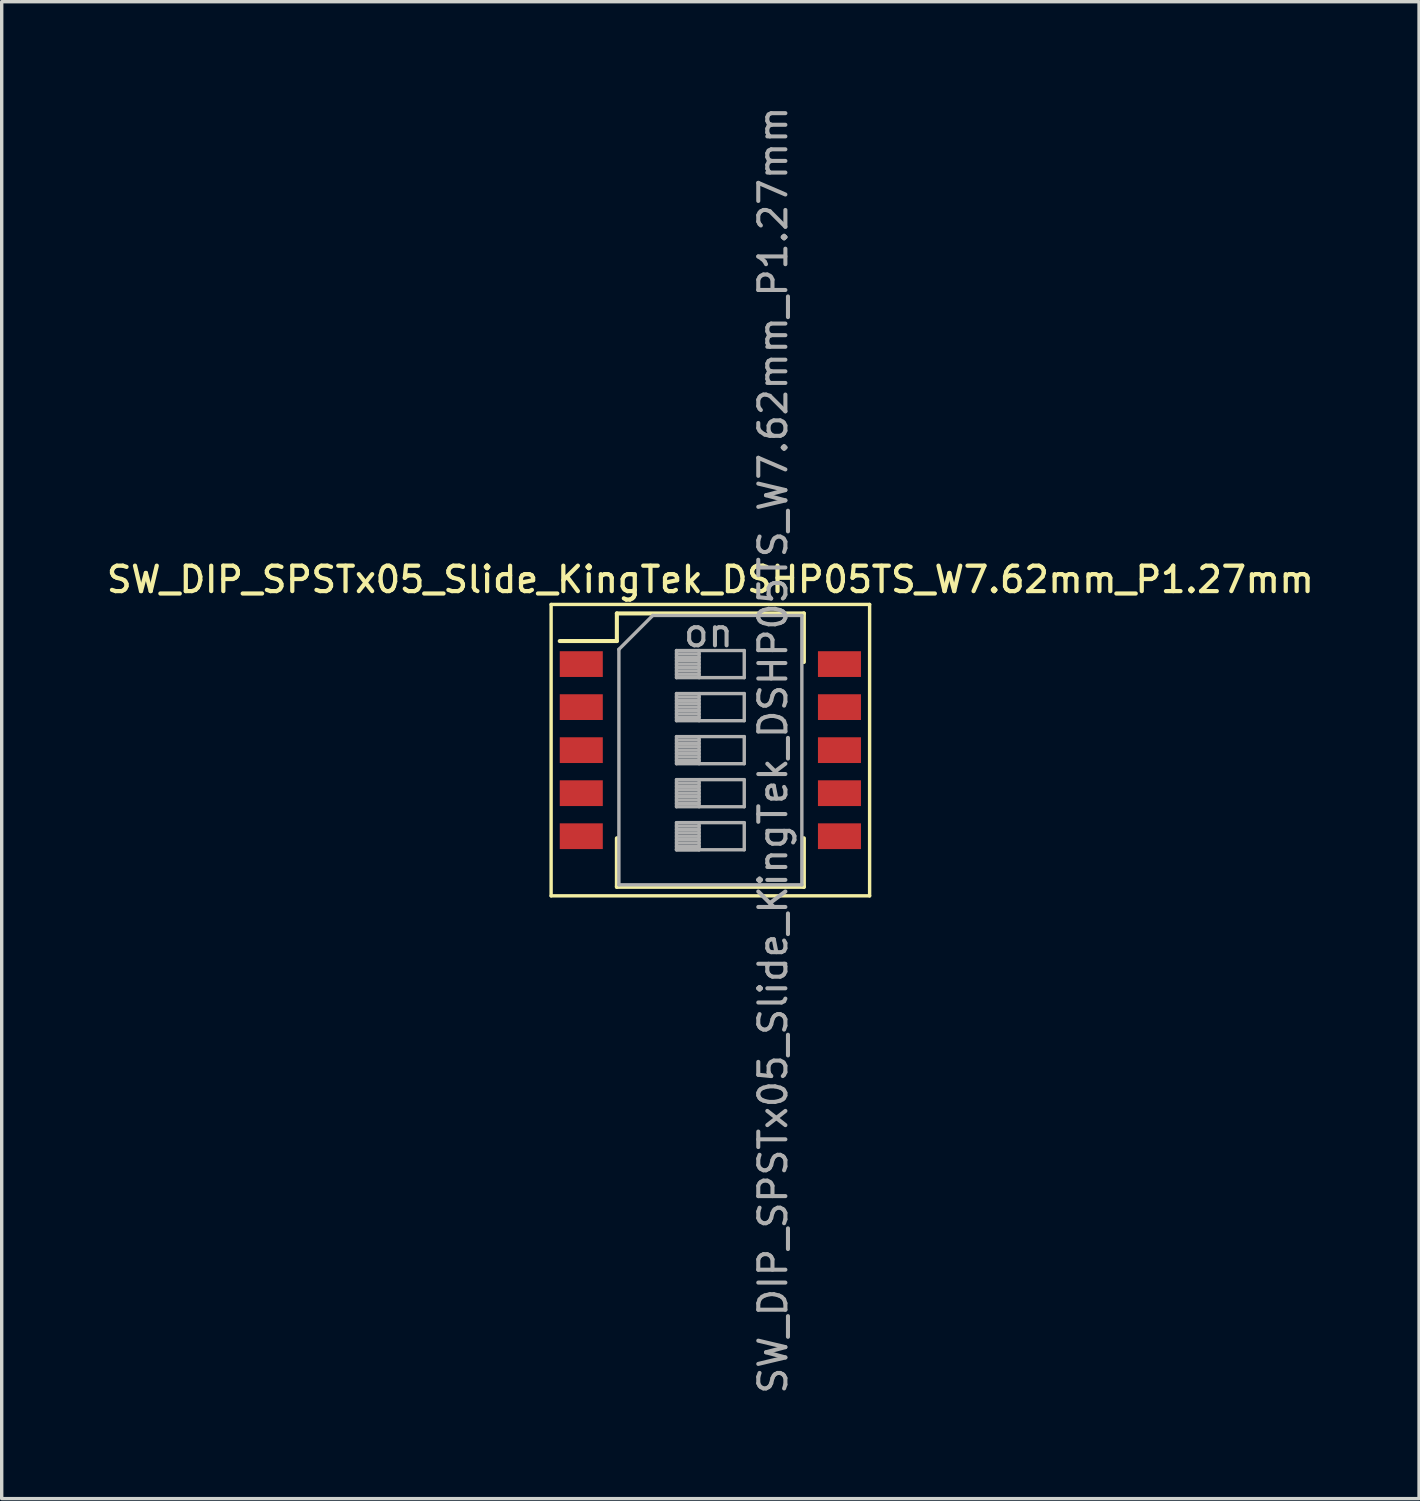
<source format=kicad_pcb>
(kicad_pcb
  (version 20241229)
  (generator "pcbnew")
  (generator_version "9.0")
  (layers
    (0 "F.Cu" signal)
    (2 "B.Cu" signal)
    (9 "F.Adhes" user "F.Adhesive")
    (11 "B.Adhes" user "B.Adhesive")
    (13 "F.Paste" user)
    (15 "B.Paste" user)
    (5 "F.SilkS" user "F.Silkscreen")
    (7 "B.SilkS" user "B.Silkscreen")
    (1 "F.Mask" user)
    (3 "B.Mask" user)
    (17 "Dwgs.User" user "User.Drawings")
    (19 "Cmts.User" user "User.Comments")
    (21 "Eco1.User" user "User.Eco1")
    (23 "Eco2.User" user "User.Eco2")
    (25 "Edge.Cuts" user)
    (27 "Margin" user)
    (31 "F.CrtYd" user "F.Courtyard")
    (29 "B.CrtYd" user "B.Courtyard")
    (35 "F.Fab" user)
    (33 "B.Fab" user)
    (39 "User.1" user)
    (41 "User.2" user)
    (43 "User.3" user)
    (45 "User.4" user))
  (footprint "SW_DIP_SPSTx05_Slide_KingTek_DSHP05TS_W7.62mm_P1.27mm"
    (layer "F.Cu")
    (at 17.916 19.09)
    (property "Reference" "SW_DIP_SPSTx05_Slide_KingTek_DSHP05TS_W7.62mm_P1.27mm" (at 0 -5.035 0) (layer "F.SilkS") (effects (font (size 0.75 0.75) (thickness 0.125))))
    (attr smd)
    (fp_line (start -4.7 -4.3) (end -4.7 4.3) (stroke (width 0.1) (type solid)) (layer "F.SilkS"))
    (fp_line (start -4.7 4.3) (end 4.7 4.3) (stroke (width 0.1) (type solid)) (layer "F.SilkS"))
    (fp_line (start -4.446 -3.22) (end -2.76 -3.22) (stroke (width 0.12) (type solid)) (layer "F.SilkS"))
    (fp_line (start -2.76 -4.036) (end -2.76 -3.22) (stroke (width 0.12) (type solid)) (layer "F.SilkS"))
    (fp_line (start -2.76 -4.036) (end 2.76 -4.036) (stroke (width 0.12) (type solid)) (layer "F.SilkS"))
    (fp_line (start -2.76 2.6) (end -2.76 4.035) (stroke (width 0.12) (type solid)) (layer "F.SilkS"))
    (fp_line (start -2.76 4.035) (end 2.76 4.035) (stroke (width 0.12) (type solid)) (layer "F.SilkS"))
    (fp_line (start 2.76 -4.036) (end 2.76 -2.601) (stroke (width 0.12) (type solid)) (layer "F.SilkS"))
    (fp_line (start 2.76 2.6) (end 2.76 4.035) (stroke (width 0.12) (type solid)) (layer "F.SilkS"))
    (fp_line (start 4.7 -4.3) (end -4.7 -4.3) (stroke (width 0.1) (type solid)) (layer "F.SilkS"))
    (fp_line (start 4.7 4.3) (end 4.7 -4.3) (stroke (width 0.1) (type solid)) (layer "F.SilkS"))
    (fp_line (start -2.7 -2.975) (end -1.7 -3.975) (stroke (width 0.1) (type solid)) (layer "F.Fab"))
    (fp_line (start -2.7 3.975) (end -2.7 -2.975) (stroke (width 0.1) (type solid)) (layer "F.Fab"))
    (fp_line (start -1.7 -3.975) (end 2.7 -3.975) (stroke (width 0.1) (type solid)) (layer "F.Fab"))
    (fp_line (start -1 -2.94) (end -1 -2.14) (stroke (width 0.1) (type solid)) (layer "F.Fab"))
    (fp_line (start -1 -2.84) (end -0.333 -2.84) (stroke (width 0.1) (type solid)) (layer "F.Fab"))
    (fp_line (start -1 -2.74) (end -0.333 -2.74) (stroke (width 0.1) (type solid)) (layer "F.Fab"))
    (fp_line (start -1 -2.64) (end -0.333 -2.64) (stroke (width 0.1) (type solid)) (layer "F.Fab"))
    (fp_line (start -1 -2.54) (end -0.333 -2.54) (stroke (width 0.1) (type solid)) (layer "F.Fab"))
    (fp_line (start -1 -2.44) (end -0.333 -2.44) (stroke (width 0.1) (type solid)) (layer "F.Fab"))
    (fp_line (start -1 -2.34) (end -0.333 -2.34) (stroke (width 0.1) (type solid)) (layer "F.Fab"))
    (fp_line (start -1 -2.24) (end -0.333 -2.24) (stroke (width 0.1) (type solid)) (layer "F.Fab"))
    (fp_line (start -1 -2.14) (end 1 -2.14) (stroke (width 0.1) (type solid)) (layer "F.Fab"))
    (fp_line (start -1 -1.67) (end -1 -0.87) (stroke (width 0.1) (type solid)) (layer "F.Fab"))
    (fp_line (start -1 -1.57) (end -0.333 -1.57) (stroke (width 0.1) (type solid)) (layer "F.Fab"))
    (fp_line (start -1 -1.47) (end -0.333 -1.47) (stroke (width 0.1) (type solid)) (layer "F.Fab"))
    (fp_line (start -1 -1.37) (end -0.333 -1.37) (stroke (width 0.1) (type solid)) (layer "F.Fab"))
    (fp_line (start -1 -1.27) (end -0.333 -1.27) (stroke (width 0.1) (type solid)) (layer "F.Fab"))
    (fp_line (start -1 -1.17) (end -0.333 -1.17) (stroke (width 0.1) (type solid)) (layer "F.Fab"))
    (fp_line (start -1 -1.07) (end -0.333 -1.07) (stroke (width 0.1) (type solid)) (layer "F.Fab"))
    (fp_line (start -1 -0.97) (end -0.333 -0.97) (stroke (width 0.1) (type solid)) (layer "F.Fab"))
    (fp_line (start -1 -0.87) (end 1 -0.87) (stroke (width 0.1) (type solid)) (layer "F.Fab"))
    (fp_line (start -1 -0.4) (end -1 0.4) (stroke (width 0.1) (type solid)) (layer "F.Fab"))
    (fp_line (start -1 -0.3) (end -0.333 -0.3) (stroke (width 0.1) (type solid)) (layer "F.Fab"))
    (fp_line (start -1 -0.2) (end -0.333 -0.2) (stroke (width 0.1) (type solid)) (layer "F.Fab"))
    (fp_line (start -1 -0.1) (end -0.333 -0.1) (stroke (width 0.1) (type solid)) (layer "F.Fab"))
    (fp_line (start -1 0) (end -0.333 0) (stroke (width 0.1) (type solid)) (layer "F.Fab"))
    (fp_line (start -1 0.1) (end -0.333 0.1) (stroke (width 0.1) (type solid)) (layer "F.Fab"))
    (fp_line (start -1 0.2) (end -0.333 0.2) (stroke (width 0.1) (type solid)) (layer "F.Fab"))
    (fp_line (start -1 0.3) (end -0.333 0.3) (stroke (width 0.1) (type solid)) (layer "F.Fab"))
    (fp_line (start -1 0.4) (end 1 0.4) (stroke (width 0.1) (type solid)) (layer "F.Fab"))
    (fp_line (start -1 0.87) (end -1 1.67) (stroke (width 0.1) (type solid)) (layer "F.Fab"))
    (fp_line (start -1 0.97) (end -0.333 0.97) (stroke (width 0.1) (type solid)) (layer "F.Fab"))
    (fp_line (start -1 1.07) (end -0.333 1.07) (stroke (width 0.1) (type solid)) (layer "F.Fab"))
    (fp_line (start -1 1.17) (end -0.333 1.17) (stroke (width 0.1) (type solid)) (layer "F.Fab"))
    (fp_line (start -1 1.27) (end -0.333 1.27) (stroke (width 0.1) (type solid)) (layer "F.Fab"))
    (fp_line (start -1 1.37) (end -0.333 1.37) (stroke (width 0.1) (type solid)) (layer "F.Fab"))
    (fp_line (start -1 1.47) (end -0.333 1.47) (stroke (width 0.1) (type solid)) (layer "F.Fab"))
    (fp_line (start -1 1.57) (end -0.333 1.57) (stroke (width 0.1) (type solid)) (layer "F.Fab"))
    (fp_line (start -1 1.67) (end 1 1.67) (stroke (width 0.1) (type solid)) (layer "F.Fab"))
    (fp_line (start -1 2.14) (end -1 2.94) (stroke (width 0.1) (type solid)) (layer "F.Fab"))
    (fp_line (start -1 2.24) (end -0.333 2.24) (stroke (width 0.1) (type solid)) (layer "F.Fab"))
    (fp_line (start -1 2.34) (end -0.333 2.34) (stroke (width 0.1) (type solid)) (layer "F.Fab"))
    (fp_line (start -1 2.44) (end -0.333 2.44) (stroke (width 0.1) (type solid)) (layer "F.Fab"))
    (fp_line (start -1 2.54) (end -0.333 2.54) (stroke (width 0.1) (type solid)) (layer "F.Fab"))
    (fp_line (start -1 2.64) (end -0.333 2.64) (stroke (width 0.1) (type solid)) (layer "F.Fab"))
    (fp_line (start -1 2.74) (end -0.333 2.74) (stroke (width 0.1) (type solid)) (layer "F.Fab"))
    (fp_line (start -1 2.84) (end -0.333 2.84) (stroke (width 0.1) (type solid)) (layer "F.Fab"))
    (fp_line (start -1 2.94) (end -0.333 2.94) (stroke (width 0.1) (type solid)) (layer "F.Fab"))
    (fp_line (start -1 2.94) (end 1 2.94) (stroke (width 0.1) (type solid)) (layer "F.Fab"))
    (fp_line (start -0.333 -2.94) (end -0.333 -2.14) (stroke (width 0.1) (type solid)) (layer "F.Fab"))
    (fp_line (start -0.333 -1.67) (end -0.333 -0.87) (stroke (width 0.1) (type solid)) (layer "F.Fab"))
    (fp_line (start -0.333 -0.4) (end -0.333 0.4) (stroke (width 0.1) (type solid)) (layer "F.Fab"))
    (fp_line (start -0.333 0.87) (end -0.333 1.67) (stroke (width 0.1) (type solid)) (layer "F.Fab"))
    (fp_line (start -0.333 2.14) (end -0.333 2.94) (stroke (width 0.1) (type solid)) (layer "F.Fab"))
    (fp_line (start 1 -2.94) (end -1 -2.94) (stroke (width 0.1) (type solid)) (layer "F.Fab"))
    (fp_line (start 1 -2.14) (end 1 -2.94) (stroke (width 0.1) (type solid)) (layer "F.Fab"))
    (fp_line (start 1 -1.67) (end -1 -1.67) (stroke (width 0.1) (type solid)) (layer "F.Fab"))
    (fp_line (start 1 -0.87) (end 1 -1.67) (stroke (width 0.1) (type solid)) (layer "F.Fab"))
    (fp_line (start 1 -0.4) (end -1 -0.4) (stroke (width 0.1) (type solid)) (layer "F.Fab"))
    (fp_line (start 1 0.4) (end 1 -0.4) (stroke (width 0.1) (type solid)) (layer "F.Fab"))
    (fp_line (start 1 0.87) (end -1 0.87) (stroke (width 0.1) (type solid)) (layer "F.Fab"))
    (fp_line (start 1 1.67) (end 1 0.87) (stroke (width 0.1) (type solid)) (layer "F.Fab"))
    (fp_line (start 1 2.14) (end -1 2.14) (stroke (width 0.1) (type solid)) (layer "F.Fab"))
    (fp_line (start 1 2.94) (end 1 2.14) (stroke (width 0.1) (type solid)) (layer "F.Fab"))
    (fp_line (start 2.7 -3.975) (end 2.7 3.975) (stroke (width 0.1) (type solid)) (layer "F.Fab"))
    (fp_line (start 2.7 3.975) (end -2.7 3.975) (stroke (width 0.1) (type solid)) (layer "F.Fab"))
    (fp_text user "${REFERENCE}" (at 1.85 0 90) (layer "F.Fab") (effects (font (size 0.8 0.8) (thickness 0.12))))
    (fp_text user "on" (at -0.055 -3.458 0) (layer "F.Fab") (effects (font (size 0.8 0.8) (thickness 0.12))))
    (pad "1" smd rect (at -3.81 -2.54) (size 1.27 0.76) (layers "F.Cu" "F.Mask" "F.Paste"))
    (pad "2" smd rect (at -3.81 -1.27) (size 1.27 0.76) (layers "F.Cu" "F.Mask" "F.Paste"))
    (pad "3" smd rect (at -3.81 0) (size 1.27 0.76) (layers "F.Cu" "F.Mask" "F.Paste"))
    (pad "4" smd rect (at -3.81 1.27) (size 1.27 0.76) (layers "F.Cu" "F.Mask" "F.Paste"))
    (pad "5" smd rect (at -3.81 2.54) (size 1.27 0.76) (layers "F.Cu" "F.Mask" "F.Paste"))
    (pad "6" smd rect (at 3.81 2.54) (size 1.27 0.76) (layers "F.Cu" "F.Mask" "F.Paste"))
    (pad "7" smd rect (at 3.81 1.27) (size 1.27 0.76) (layers "F.Cu" "F.Mask" "F.Paste"))
    (pad "8" smd rect (at 3.81 0) (size 1.27 0.76) (layers "F.Cu" "F.Mask" "F.Paste"))
    (pad "9" smd rect (at 3.81 -1.27) (size 1.27 0.76) (layers "F.Cu" "F.Mask" "F.Paste"))
    (pad "10" smd rect (at 3.81 -2.54) (size 1.27 0.76) (layers "F.Cu" "F.Mask" "F.Paste")))
  (gr_rect
    (start -3 -3)
    (end 38.832 41.181)
    (stroke (width 0.1) (type default))
    (fill no)
    (layer "Edge.Cuts")))
</source>
